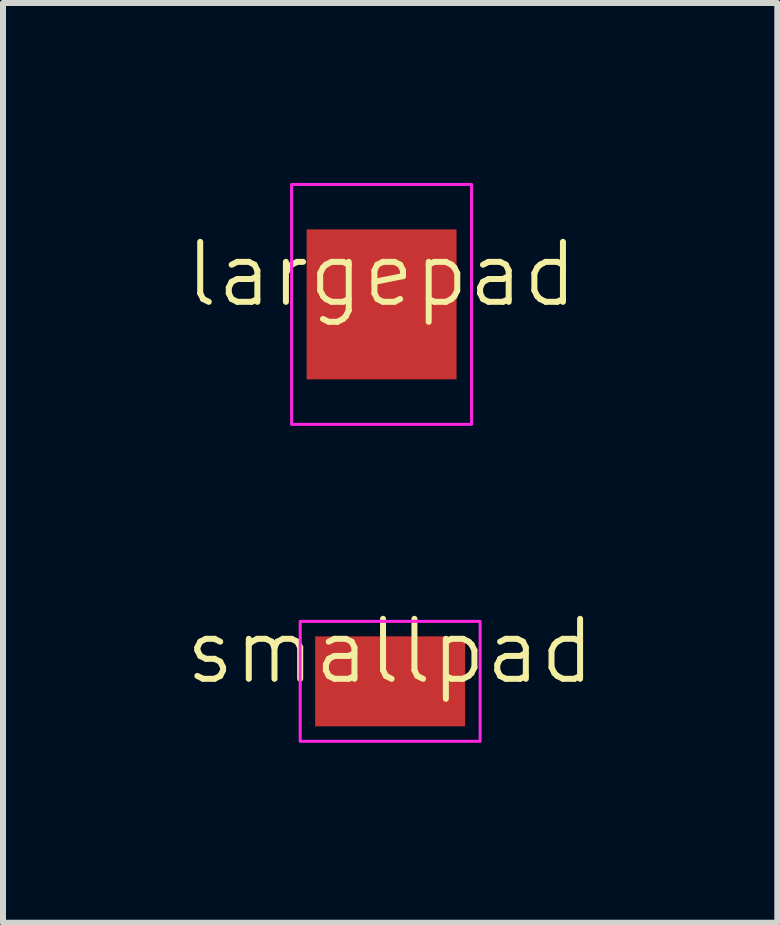
<source format=kicad_pcb>
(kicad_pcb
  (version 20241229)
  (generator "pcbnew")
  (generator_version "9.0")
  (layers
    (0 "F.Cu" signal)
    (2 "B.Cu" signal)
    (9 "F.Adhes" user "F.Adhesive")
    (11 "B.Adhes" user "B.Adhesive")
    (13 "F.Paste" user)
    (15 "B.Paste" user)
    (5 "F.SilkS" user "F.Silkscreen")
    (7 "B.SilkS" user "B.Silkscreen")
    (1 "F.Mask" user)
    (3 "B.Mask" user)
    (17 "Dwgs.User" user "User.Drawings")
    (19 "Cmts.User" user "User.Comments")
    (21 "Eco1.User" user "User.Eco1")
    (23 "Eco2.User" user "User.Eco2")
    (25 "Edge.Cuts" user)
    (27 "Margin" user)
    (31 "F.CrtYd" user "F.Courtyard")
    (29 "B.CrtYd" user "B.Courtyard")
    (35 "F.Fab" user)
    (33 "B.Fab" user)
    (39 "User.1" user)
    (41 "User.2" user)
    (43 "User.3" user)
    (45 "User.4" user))
  (footprint "smallpad"
    (layer "F.Cu")
    (at 3.455 8.31)
    (property "Reference" "smallpad" (at 0 -0.5 0) (unlocked yes) (layer "F.SilkS") (effects (font (size 1 1) (thickness 0.1))))
    (attr smd)
    (fp_rect (start -1.5 -1) (end 1.5 1) (stroke (width 0.05) (type default)) (fill no) (layer "F.CrtYd"))
    (pad "1" smd rect (at 0 0) (size 2.5 1.5) (layers "F.Cu" "F.Mask" "F.Paste")))
  (footprint "largepad"
    (layer "F.Cu")
    (at 3.312 2.025)
    (property "Reference" "largepad" (at 0 -0.5 0) (unlocked yes) (layer "F.SilkS") (effects (font (size 1 1) (thickness 0.1))))
    (attr smd)
    (fp_rect (start -1.5 -2) (end 1.5 2) (stroke (width 0.05) (type default)) (fill no) (layer "F.CrtYd"))
    (pad "1" smd rect (at 0 0) (size 2.5 2.5) (layers "F.Cu" "F.Mask" "F.Paste")))
  (gr_rect
    (start -3 -3)
    (end 9.91 12.335)
    (stroke (width 0.1) (type default))
    (fill no)
    (layer "Edge.Cuts")))
</source>
